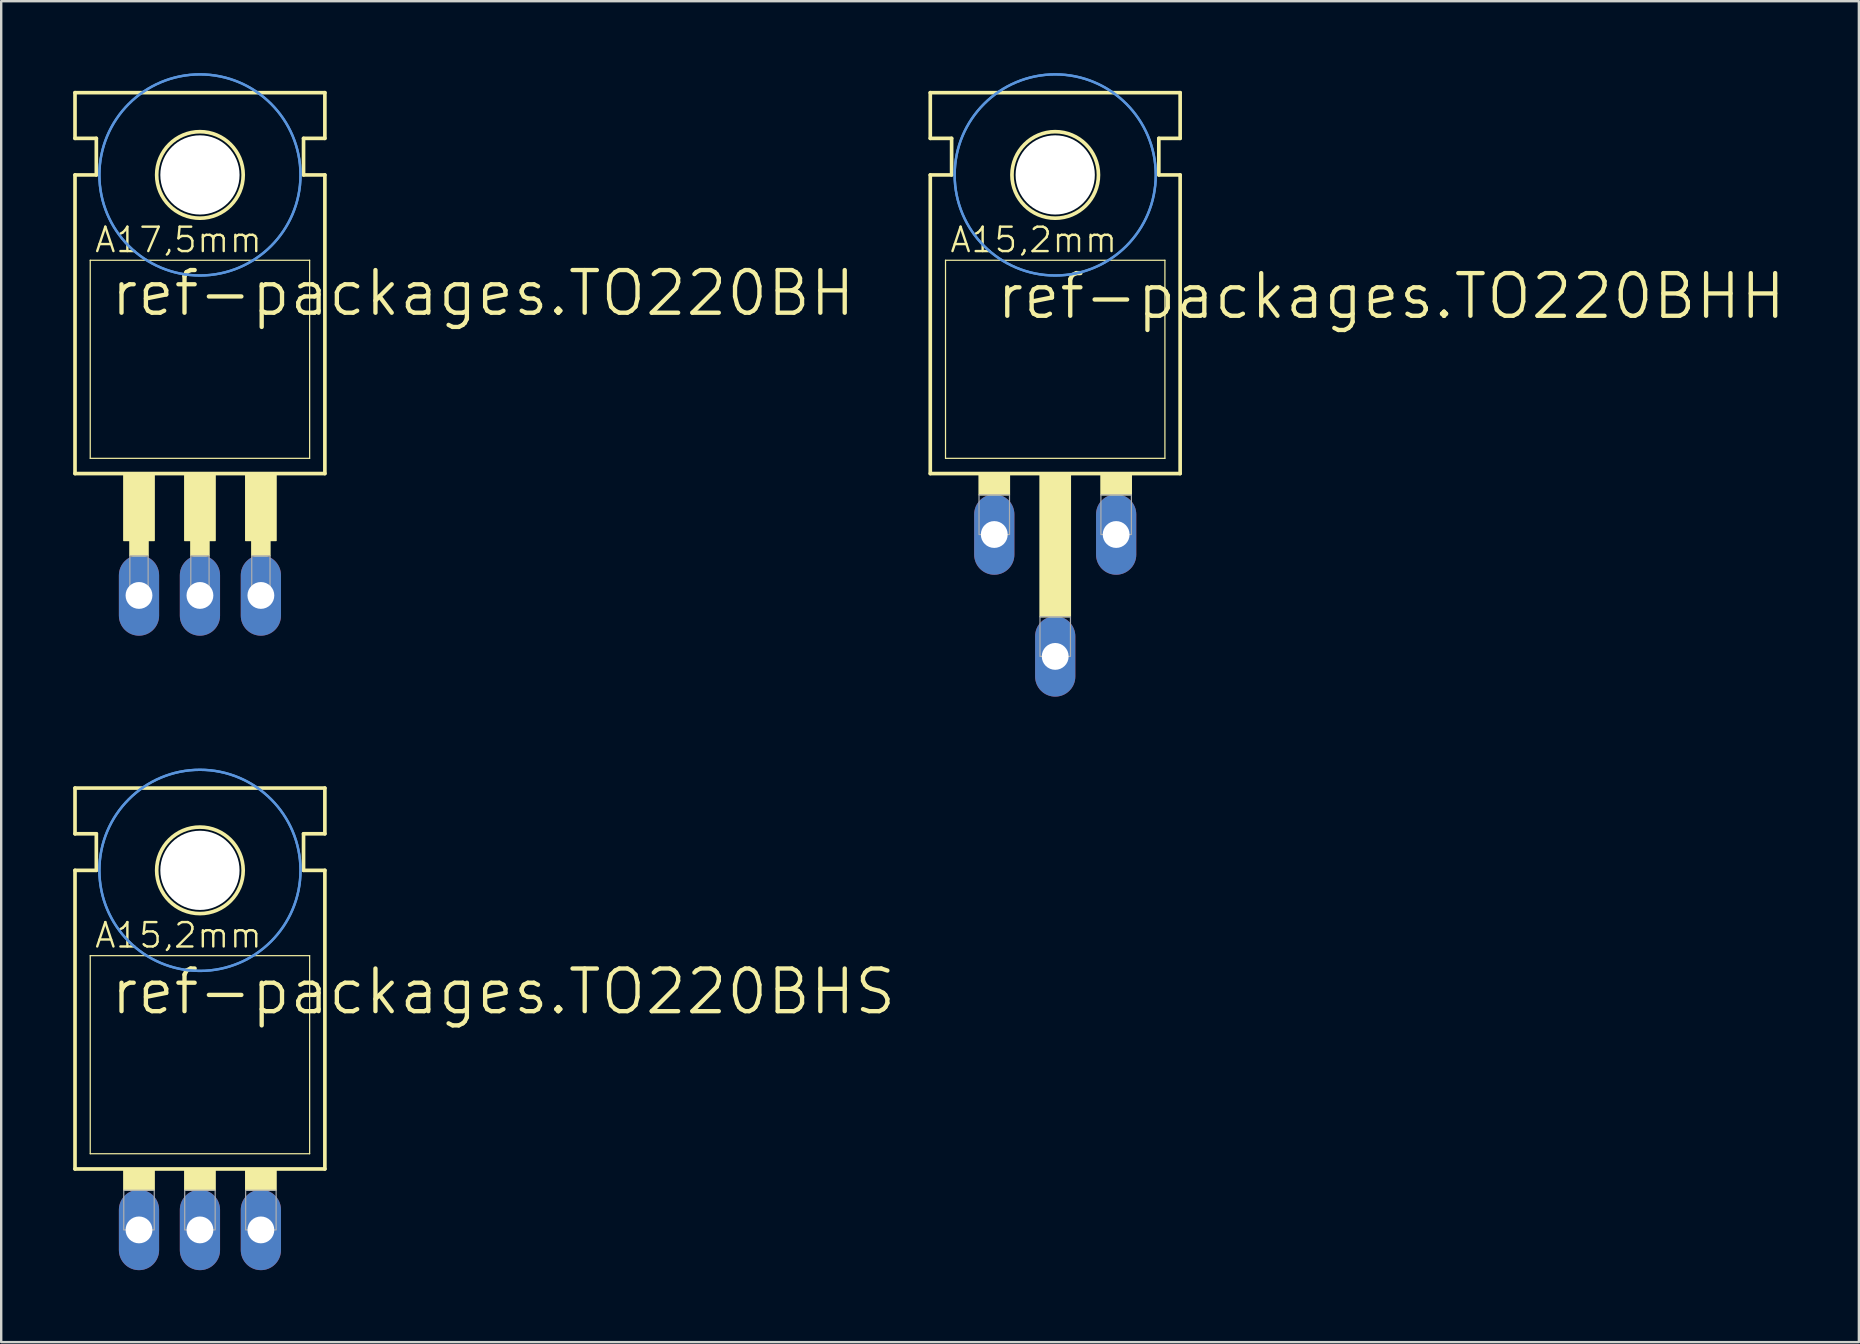
<source format=kicad_pcb>
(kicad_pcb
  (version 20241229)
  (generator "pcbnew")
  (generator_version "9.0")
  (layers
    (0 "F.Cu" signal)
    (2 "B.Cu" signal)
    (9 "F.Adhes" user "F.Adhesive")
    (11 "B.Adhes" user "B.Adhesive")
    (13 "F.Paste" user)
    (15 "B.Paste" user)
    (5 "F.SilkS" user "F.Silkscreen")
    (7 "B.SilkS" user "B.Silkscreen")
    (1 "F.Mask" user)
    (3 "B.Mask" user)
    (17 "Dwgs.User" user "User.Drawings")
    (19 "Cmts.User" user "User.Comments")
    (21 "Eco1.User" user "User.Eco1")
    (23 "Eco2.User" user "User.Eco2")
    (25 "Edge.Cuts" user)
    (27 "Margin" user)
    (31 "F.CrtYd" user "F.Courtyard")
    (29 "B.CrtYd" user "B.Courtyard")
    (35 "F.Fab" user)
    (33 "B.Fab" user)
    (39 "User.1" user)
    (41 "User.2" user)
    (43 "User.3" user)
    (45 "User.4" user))
  (footprint "ref-packages.TO220BHH"
    (layer "F.Cu")
    (at 40.929 15.417)
    (property "Reference" "ref-packages.TO220BHH" (at -2.54 -5.08 0) (layer "F.SilkS") (effects (font (size 1.778 1.778) (thickness 0.18)) (justify left bottom)))
    (attr through_hole)
    (fp_line (start -5.207 -12.7) (end -5.207 -14.605) (stroke (width 0.152) (type default)) (layer "F.SilkS"))
    (fp_line (start -5.207 -11.176) (end -4.318 -11.176) (stroke (width 0.152) (type default)) (layer "F.SilkS"))
    (fp_line (start -5.207 1.27) (end -5.207 -11.176) (stroke (width 0.152) (type default)) (layer "F.SilkS"))
    (fp_line (start -5.207 1.27) (end 5.207 1.27) (stroke (width 0.152) (type default)) (layer "F.SilkS"))
    (fp_line (start -4.572 0.635) (end -4.572 -7.62) (stroke (width 0.051) (type default)) (layer "F.SilkS"))
    (fp_line (start -4.572 0.635) (end 4.572 0.635) (stroke (width 0.051) (type default)) (layer "F.SilkS"))
    (fp_line (start -4.318 -12.7) (end -5.207 -12.7) (stroke (width 0.152) (type default)) (layer "F.SilkS"))
    (fp_line (start -4.318 -11.176) (end -4.318 -12.7) (stroke (width 0.152) (type default)) (layer "F.SilkS"))
    (fp_line (start 4.318 -12.7) (end 5.207 -12.7) (stroke (width 0.152) (type default)) (layer "F.SilkS"))
    (fp_line (start 4.318 -11.176) (end 4.318 -12.7) (stroke (width 0.152) (type default)) (layer "F.SilkS"))
    (fp_line (start 4.572 -7.62) (end -4.572 -7.62) (stroke (width 0.051) (type default)) (layer "F.SilkS"))
    (fp_line (start 4.572 -7.62) (end 4.572 0.635) (stroke (width 0.051) (type default)) (layer "F.SilkS"))
    (fp_line (start 5.207 -14.605) (end -5.207 -14.605) (stroke (width 0.152) (type default)) (layer "F.SilkS"))
    (fp_line (start 5.207 -12.7) (end 5.207 -14.605) (stroke (width 0.152) (type default)) (layer "F.SilkS"))
    (fp_line (start 5.207 -11.176) (end 4.318 -11.176) (stroke (width 0.152) (type default)) (layer "F.SilkS"))
    (fp_line (start 5.207 1.27) (end 5.207 -11.176) (stroke (width 0.152) (type default)) (layer "F.SilkS"))
    (fp_rect (start -3.175 2.159) (end -1.905 1.27) (stroke (width 0.05) (type default)) (fill yes) (layer "F.SilkS"))
    (fp_rect (start -0.635 7.239) (end 0.635 1.27) (stroke (width 0.05) (type default)) (fill yes) (layer "F.SilkS"))
    (fp_rect (start 1.905 2.159) (end 3.175 1.27) (stroke (width 0.05) (type default)) (fill yes) (layer "F.SilkS"))
    (fp_circle (center 0 -11.176) (end 1.803 -11.176) (stroke (width 0.152) (type default)) (fill no) (layer "F.SilkS"))
    (fp_circle (center 0 -11.176) (end 4.191 -11.176) (stroke (width 0.1) (type default)) (fill no) (layer "Cmts.User"))
    (fp_circle (center 0 -11.176) (end 4.191 -11.176) (stroke (width 0.1) (type default)) (fill no) (layer "Cmts.User"))
    (fp_rect (start -3.175 3.81) (end -1.905 2.159) (stroke (width 0.05) (type default)) (fill no) (layer "F.Fab"))
    (fp_rect (start -0.635 8.89) (end 0.635 7.239) (stroke (width 0.05) (type default)) (fill no) (layer "F.Fab"))
    (fp_rect (start 1.905 3.81) (end 3.175 2.159) (stroke (width 0.05) (type default)) (fill no) (layer "F.Fab"))
    (fp_text user "A15,2mm" (at -4.445 -7.874 0) (layer "F.SilkS") (effects (font (size 1.016 1.016) (thickness 0.1)) (justify left bottom)))
    (pad "" np_thru_hole circle (at 0 -11.176) (size 3.302 3.302) (drill 3.302) (layers "*.Cu" "*.Mask"))
    (pad "D" thru_hole oval (at 0 8.89 90) (size 3.353 1.676) (drill 1.118) (layers "*.Cu" "*.Mask"))
    (pad "G" thru_hole oval (at -2.54 3.81 90) (size 3.353 1.676) (drill 1.118) (layers "*.Cu" "*.Mask"))
    (pad "S" thru_hole oval (at 2.54 3.81 90) (size 3.353 1.676) (drill 1.118) (layers "*.Cu" "*.Mask")))
  (footprint "ref-packages.TO220BHS"
    (layer "F.Cu")
    (at 5.283 44.4)
    (property "Reference" "ref-packages.TO220BHS" (at -3.81 -5.08 0) (layer "F.SilkS") (effects (font (size 1.778 1.778) (thickness 0.18)) (justify left bottom)))
    (attr through_hole)
    (fp_line (start -5.207 -12.7) (end -5.207 -14.605) (stroke (width 0.152) (type default)) (layer "F.SilkS"))
    (fp_line (start -5.207 -11.176) (end -4.318 -11.176) (stroke (width 0.152) (type default)) (layer "F.SilkS"))
    (fp_line (start -5.207 1.27) (end -5.207 -11.176) (stroke (width 0.152) (type default)) (layer "F.SilkS"))
    (fp_line (start -5.207 1.27) (end 5.207 1.27) (stroke (width 0.152) (type default)) (layer "F.SilkS"))
    (fp_line (start -4.572 0.635) (end -4.572 -7.62) (stroke (width 0.051) (type default)) (layer "F.SilkS"))
    (fp_line (start -4.572 0.635) (end 4.572 0.635) (stroke (width 0.051) (type default)) (layer "F.SilkS"))
    (fp_line (start -4.318 -12.7) (end -5.207 -12.7) (stroke (width 0.152) (type default)) (layer "F.SilkS"))
    (fp_line (start -4.318 -11.176) (end -4.318 -12.7) (stroke (width 0.152) (type default)) (layer "F.SilkS"))
    (fp_line (start 4.318 -12.7) (end 5.207 -12.7) (stroke (width 0.152) (type default)) (layer "F.SilkS"))
    (fp_line (start 4.318 -11.176) (end 4.318 -12.7) (stroke (width 0.152) (type default)) (layer "F.SilkS"))
    (fp_line (start 4.572 -7.62) (end -4.572 -7.62) (stroke (width 0.051) (type default)) (layer "F.SilkS"))
    (fp_line (start 4.572 -7.62) (end 4.572 0.635) (stroke (width 0.051) (type default)) (layer "F.SilkS"))
    (fp_line (start 5.207 -14.605) (end -5.207 -14.605) (stroke (width 0.152) (type default)) (layer "F.SilkS"))
    (fp_line (start 5.207 -12.7) (end 5.207 -14.605) (stroke (width 0.152) (type default)) (layer "F.SilkS"))
    (fp_line (start 5.207 -11.176) (end 4.318 -11.176) (stroke (width 0.152) (type default)) (layer "F.SilkS"))
    (fp_line (start 5.207 1.27) (end 5.207 -11.176) (stroke (width 0.152) (type default)) (layer "F.SilkS"))
    (fp_rect (start -3.175 2.159) (end -1.905 1.27) (stroke (width 0.05) (type default)) (fill yes) (layer "F.SilkS"))
    (fp_rect (start -0.635 2.159) (end 0.635 1.27) (stroke (width 0.05) (type default)) (fill yes) (layer "F.SilkS"))
    (fp_rect (start 1.905 2.159) (end 3.175 1.27) (stroke (width 0.05) (type default)) (fill yes) (layer "F.SilkS"))
    (fp_circle (center 0 -11.176) (end 1.803 -11.176) (stroke (width 0.152) (type default)) (fill no) (layer "F.SilkS"))
    (fp_circle (center 0 -11.176) (end 4.191 -11.176) (stroke (width 0.1) (type default)) (fill no) (layer "Cmts.User"))
    (fp_circle (center 0 -11.176) (end 4.191 -11.176) (stroke (width 0.1) (type default)) (fill no) (layer "Cmts.User"))
    (fp_rect (start -3.175 3.81) (end -1.905 2.159) (stroke (width 0.05) (type default)) (fill no) (layer "F.Fab"))
    (fp_rect (start -0.635 3.81) (end 0.635 2.159) (stroke (width 0.05) (type default)) (fill no) (layer "F.Fab"))
    (fp_rect (start 1.905 3.81) (end 3.175 2.159) (stroke (width 0.05) (type default)) (fill no) (layer "F.Fab"))
    (fp_text user "A15,2mm" (at -4.445 -7.874 0) (layer "F.SilkS") (effects (font (size 1.016 1.016) (thickness 0.1)) (justify left bottom)))
    (pad "" np_thru_hole circle (at 0 -11.176) (size 3.302 3.302) (drill 3.302) (layers "*.Cu" "*.Mask"))
    (pad "D" thru_hole oval (at 0 3.81 90) (size 3.353 1.676) (drill 1.118) (layers "*.Cu" "*.Mask"))
    (pad "G" thru_hole oval (at -2.54 3.81 90) (size 3.353 1.676) (drill 1.118) (layers "*.Cu" "*.Mask"))
    (pad "S" thru_hole oval (at 2.54 3.81 90) (size 3.353 1.676) (drill 1.118) (layers "*.Cu" "*.Mask")))
  (footprint "ref-packages.TO220BH"
    (layer "F.Cu")
    (at 5.283 15.417)
    (property "Reference" "ref-packages.TO220BH" (at -3.81 -5.207 0) (layer "F.SilkS") (effects (font (size 1.778 1.778) (thickness 0.18)) (justify left bottom)))
    (attr through_hole)
    (fp_line (start -5.207 -12.7) (end -5.207 -14.605) (stroke (width 0.152) (type default)) (layer "F.SilkS"))
    (fp_line (start -5.207 -11.176) (end -4.318 -11.176) (stroke (width 0.152) (type default)) (layer "F.SilkS"))
    (fp_line (start -5.207 1.27) (end -5.207 -11.176) (stroke (width 0.152) (type default)) (layer "F.SilkS"))
    (fp_line (start -5.207 1.27) (end 5.207 1.27) (stroke (width 0.152) (type default)) (layer "F.SilkS"))
    (fp_line (start -4.572 0.635) (end -4.572 -7.62) (stroke (width 0.051) (type default)) (layer "F.SilkS"))
    (fp_line (start -4.572 0.635) (end 4.572 0.635) (stroke (width 0.051) (type default)) (layer "F.SilkS"))
    (fp_line (start -4.318 -12.7) (end -5.207 -12.7) (stroke (width 0.152) (type default)) (layer "F.SilkS"))
    (fp_line (start -4.318 -11.176) (end -4.318 -12.7) (stroke (width 0.152) (type default)) (layer "F.SilkS"))
    (fp_line (start 4.318 -12.7) (end 5.207 -12.7) (stroke (width 0.152) (type default)) (layer "F.SilkS"))
    (fp_line (start 4.318 -11.176) (end 4.318 -12.7) (stroke (width 0.152) (type default)) (layer "F.SilkS"))
    (fp_line (start 4.572 -7.62) (end -4.572 -7.62) (stroke (width 0.051) (type default)) (layer "F.SilkS"))
    (fp_line (start 4.572 -7.62) (end 4.572 0.635) (stroke (width 0.051) (type default)) (layer "F.SilkS"))
    (fp_line (start 5.207 -14.605) (end -5.207 -14.605) (stroke (width 0.152) (type default)) (layer "F.SilkS"))
    (fp_line (start 5.207 -12.7) (end 5.207 -14.605) (stroke (width 0.152) (type default)) (layer "F.SilkS"))
    (fp_line (start 5.207 -11.176) (end 4.318 -11.176) (stroke (width 0.152) (type default)) (layer "F.SilkS"))
    (fp_line (start 5.207 1.27) (end 5.207 -11.176) (stroke (width 0.152) (type default)) (layer "F.SilkS"))
    (fp_rect (start -3.175 4.064) (end -1.905 1.27) (stroke (width 0.05) (type default)) (fill yes) (layer "F.SilkS"))
    (fp_rect (start -2.921 4.699) (end -2.159 4.064) (stroke (width 0.05) (type default)) (fill yes) (layer "F.SilkS"))
    (fp_rect (start -0.635 4.064) (end 0.635 1.27) (stroke (width 0.05) (type default)) (fill yes) (layer "F.SilkS"))
    (fp_rect (start -0.381 4.699) (end 0.381 4.064) (stroke (width 0.05) (type default)) (fill yes) (layer "F.SilkS"))
    (fp_rect (start 1.905 4.064) (end 3.175 1.27) (stroke (width 0.05) (type default)) (fill yes) (layer "F.SilkS"))
    (fp_rect (start 2.159 4.699) (end 2.921 4.064) (stroke (width 0.05) (type default)) (fill yes) (layer "F.SilkS"))
    (fp_circle (center 0 -11.176) (end 1.803 -11.176) (stroke (width 0.152) (type default)) (fill no) (layer "F.SilkS"))
    (fp_circle (center 0 -11.176) (end 4.191 -11.176) (stroke (width 0.1) (type default)) (fill no) (layer "Cmts.User"))
    (fp_circle (center 0 -11.176) (end 4.191 -11.176) (stroke (width 0.1) (type default)) (fill no) (layer "Cmts.User"))
    (fp_rect (start -2.921 6.604) (end -2.159 4.699) (stroke (width 0.05) (type default)) (fill no) (layer "F.Fab"))
    (fp_rect (start -0.381 6.604) (end 0.381 4.699) (stroke (width 0.05) (type default)) (fill no) (layer "F.Fab"))
    (fp_rect (start 2.159 6.604) (end 2.921 4.699) (stroke (width 0.05) (type default)) (fill no) (layer "F.Fab"))
    (fp_text user "A17,5mm" (at -4.445 -7.874 0) (layer "F.SilkS") (effects (font (size 1.016 1.016) (thickness 0.1)) (justify left bottom)))
    (pad "" np_thru_hole circle (at 0 -11.176) (size 3.302 3.302) (drill 3.302) (layers "*.Cu" "*.Mask"))
    (pad "G" thru_hole oval (at 2.54 6.35 90) (size 3.353 1.676) (drill 1.118) (layers "*.Cu" "*.Mask"))
    (pad "T1" thru_hole oval (at -2.54 6.35 90) (size 3.353 1.676) (drill 1.118) (layers "*.Cu" "*.Mask"))
    (pad "T2" thru_hole oval (at 0 6.35 90) (size 3.353 1.676) (drill 1.118) (layers "*.Cu" "*.Mask")))
  (gr_rect
    (start -3 -3)
    (end 74.424 52.887)
    (stroke (width 0.1) (type default))
    (fill no)
    (layer "Edge.Cuts")))
</source>
